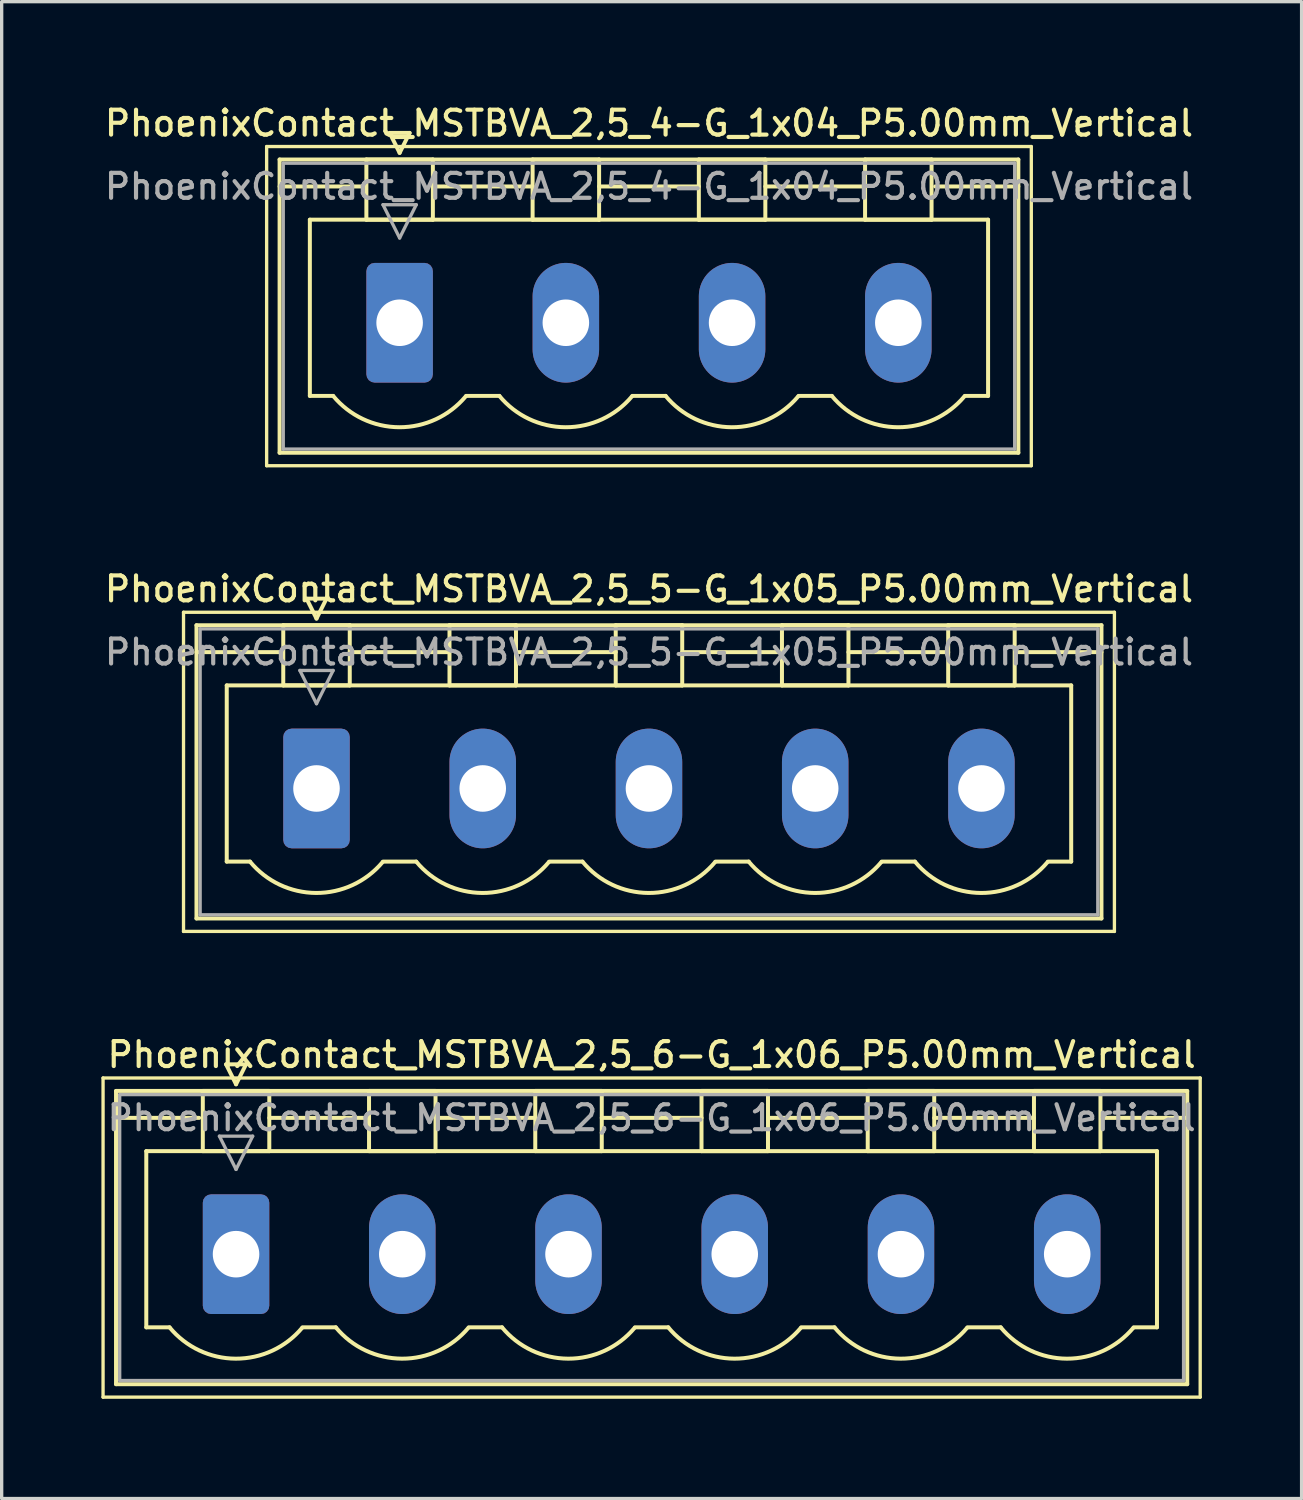
<source format=kicad_pcb>
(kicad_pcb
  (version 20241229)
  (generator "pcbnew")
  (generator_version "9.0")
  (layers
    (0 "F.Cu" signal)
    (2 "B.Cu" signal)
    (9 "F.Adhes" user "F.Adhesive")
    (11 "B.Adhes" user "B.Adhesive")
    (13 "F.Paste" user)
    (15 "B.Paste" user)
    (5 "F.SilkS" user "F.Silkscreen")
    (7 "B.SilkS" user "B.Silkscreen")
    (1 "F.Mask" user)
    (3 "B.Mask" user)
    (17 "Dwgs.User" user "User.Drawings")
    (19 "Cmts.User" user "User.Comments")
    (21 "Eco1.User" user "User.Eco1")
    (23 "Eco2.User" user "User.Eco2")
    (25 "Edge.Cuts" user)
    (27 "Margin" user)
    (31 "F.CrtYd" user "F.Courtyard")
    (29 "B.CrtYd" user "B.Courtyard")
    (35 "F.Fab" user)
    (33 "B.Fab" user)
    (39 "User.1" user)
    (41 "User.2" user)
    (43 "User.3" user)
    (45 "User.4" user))
  (footprint "PhoenixContact_MSTBVA_2,5_6-G_1x06_P5.00mm_Vertical"
    (layer "F.Cu")
    (at 4.05 34.674)
    (property "Reference" "PhoenixContact_MSTBVA_2,5_6-G_1x06_P5.00mm_Vertical" (at 12.5 -6 0) (layer "F.SilkS") (effects (font (size 0.75 0.75) (thickness 0.125))))
    (attr through_hole)
    (fp_line (start -4 -5.3) (end -4 4.3) (stroke (width 0.1) (type solid)) (layer "F.SilkS"))
    (fp_line (start -4 4.3) (end 29 4.3) (stroke (width 0.1) (type solid)) (layer "F.SilkS"))
    (fp_line (start -3.61 -4.91) (end -3.61 3.91) (stroke (width 0.12) (type solid)) (layer "F.SilkS"))
    (fp_line (start -3.61 -4.1) (end -1.11 -4.1) (stroke (width 0.12) (type solid)) (layer "F.SilkS"))
    (fp_line (start -3.61 3.91) (end 28.61 3.91) (stroke (width 0.12) (type solid)) (layer "F.SilkS"))
    (fp_line (start -2.7 -3.1) (end 27.7 -3.1) (stroke (width 0.12) (type solid)) (layer "F.SilkS"))
    (fp_line (start -2.7 2.2) (end -2.7 -3.1) (stroke (width 0.12) (type solid)) (layer "F.SilkS"))
    (fp_line (start -2 2.2) (end -2.7 2.2) (stroke (width 0.12) (type solid)) (layer "F.SilkS"))
    (fp_line (start -1 -4.91) (end 1 -4.91) (stroke (width 0.12) (type solid)) (layer "F.SilkS"))
    (fp_line (start -1 -3.1) (end -1 -4.91) (stroke (width 0.12) (type solid)) (layer "F.SilkS"))
    (fp_line (start -0.3 -5.71) (end 0.3 -5.71) (stroke (width 0.12) (type solid)) (layer "F.SilkS"))
    (fp_line (start 0 -5.11) (end -0.3 -5.71) (stroke (width 0.12) (type solid)) (layer "F.SilkS"))
    (fp_line (start 0.3 -5.71) (end 0 -5.11) (stroke (width 0.12) (type solid)) (layer "F.SilkS"))
    (fp_line (start 1 -4.91) (end 1 -3.1) (stroke (width 0.12) (type solid)) (layer "F.SilkS"))
    (fp_line (start 1 -4.1) (end 4 -4.1) (stroke (width 0.12) (type solid)) (layer "F.SilkS"))
    (fp_line (start 1 -3.1) (end -1 -3.1) (stroke (width 0.12) (type solid)) (layer "F.SilkS"))
    (fp_line (start 2 2.2) (end 3 2.2) (stroke (width 0.12) (type solid)) (layer "F.SilkS"))
    (fp_line (start 4 -4.91) (end 6 -4.91) (stroke (width 0.12) (type solid)) (layer "F.SilkS"))
    (fp_line (start 4 -3.1) (end 4 -4.91) (stroke (width 0.12) (type solid)) (layer "F.SilkS"))
    (fp_line (start 6 -4.91) (end 6 -3.1) (stroke (width 0.12) (type solid)) (layer "F.SilkS"))
    (fp_line (start 6 -4.1) (end 9 -4.1) (stroke (width 0.12) (type solid)) (layer "F.SilkS"))
    (fp_line (start 6 -3.1) (end 4 -3.1) (stroke (width 0.12) (type solid)) (layer "F.SilkS"))
    (fp_line (start 7 2.2) (end 8 2.2) (stroke (width 0.12) (type solid)) (layer "F.SilkS"))
    (fp_line (start 9 -4.91) (end 11 -4.91) (stroke (width 0.12) (type solid)) (layer "F.SilkS"))
    (fp_line (start 9 -3.1) (end 9 -4.91) (stroke (width 0.12) (type solid)) (layer "F.SilkS"))
    (fp_line (start 11 -4.91) (end 11 -3.1) (stroke (width 0.12) (type solid)) (layer "F.SilkS"))
    (fp_line (start 11 -4.1) (end 14 -4.1) (stroke (width 0.12) (type solid)) (layer "F.SilkS"))
    (fp_line (start 11 -3.1) (end 9 -3.1) (stroke (width 0.12) (type solid)) (layer "F.SilkS"))
    (fp_line (start 12 2.2) (end 13 2.2) (stroke (width 0.12) (type solid)) (layer "F.SilkS"))
    (fp_line (start 14 -4.91) (end 16 -4.91) (stroke (width 0.12) (type solid)) (layer "F.SilkS"))
    (fp_line (start 14 -3.1) (end 14 -4.91) (stroke (width 0.12) (type solid)) (layer "F.SilkS"))
    (fp_line (start 16 -4.91) (end 16 -3.1) (stroke (width 0.12) (type solid)) (layer "F.SilkS"))
    (fp_line (start 16 -4.1) (end 19 -4.1) (stroke (width 0.12) (type solid)) (layer "F.SilkS"))
    (fp_line (start 16 -3.1) (end 14 -3.1) (stroke (width 0.12) (type solid)) (layer "F.SilkS"))
    (fp_line (start 17 2.2) (end 18 2.2) (stroke (width 0.12) (type solid)) (layer "F.SilkS"))
    (fp_line (start 19 -4.91) (end 21 -4.91) (stroke (width 0.12) (type solid)) (layer "F.SilkS"))
    (fp_line (start 19 -3.1) (end 19 -4.91) (stroke (width 0.12) (type solid)) (layer "F.SilkS"))
    (fp_line (start 21 -4.91) (end 21 -3.1) (stroke (width 0.12) (type solid)) (layer "F.SilkS"))
    (fp_line (start 21 -4.1) (end 24 -4.1) (stroke (width 0.12) (type solid)) (layer "F.SilkS"))
    (fp_line (start 21 -3.1) (end 19 -3.1) (stroke (width 0.12) (type solid)) (layer "F.SilkS"))
    (fp_line (start 22 2.2) (end 23 2.2) (stroke (width 0.12) (type solid)) (layer "F.SilkS"))
    (fp_line (start 24 -4.91) (end 26 -4.91) (stroke (width 0.12) (type solid)) (layer "F.SilkS"))
    (fp_line (start 24 -3.1) (end 24 -4.91) (stroke (width 0.12) (type solid)) (layer "F.SilkS"))
    (fp_line (start 26 -4.91) (end 26 -3.1) (stroke (width 0.12) (type solid)) (layer "F.SilkS"))
    (fp_line (start 26 -3.1) (end 24 -3.1) (stroke (width 0.12) (type solid)) (layer "F.SilkS"))
    (fp_line (start 27.7 -3.1) (end 27.7 2.2) (stroke (width 0.12) (type solid)) (layer "F.SilkS"))
    (fp_line (start 27.7 2.2) (end 27 2.2) (stroke (width 0.12) (type solid)) (layer "F.SilkS"))
    (fp_line (start 28.61 -4.91) (end -3.61 -4.91) (stroke (width 0.12) (type solid)) (layer "F.SilkS"))
    (fp_line (start 28.61 -4.1) (end 26.11 -4.1) (stroke (width 0.12) (type solid)) (layer "F.SilkS"))
    (fp_line (start 28.61 3.91) (end 28.61 -4.91) (stroke (width 0.12) (type solid)) (layer "F.SilkS"))
    (fp_line (start 29 -5.3) (end -4 -5.3) (stroke (width 0.1) (type solid)) (layer "F.SilkS"))
    (fp_line (start 29 4.3) (end 29 -5.3) (stroke (width 0.1) (type solid)) (layer "F.SilkS"))
    (fp_arc (start 1.986842 2.215821) (mid -0.010289 3.142758) (end -2 2.2) (stroke (width 0.12) (type solid)) (layer "F.SilkS"))
    (fp_arc (start 6.986842 2.215821) (mid 4.989711 3.142758) (end 3 2.2) (stroke (width 0.12) (type solid)) (layer "F.SilkS"))
    (fp_arc (start 11.986842 2.215821) (mid 9.989711 3.142758) (end 8 2.2) (stroke (width 0.12) (type solid)) (layer "F.SilkS"))
    (fp_arc (start 16.986842 2.215821) (mid 14.989711 3.142758) (end 13 2.2) (stroke (width 0.12) (type solid)) (layer "F.SilkS"))
    (fp_arc (start 21.986842 2.215821) (mid 19.989711 3.142758) (end 18 2.2) (stroke (width 0.12) (type solid)) (layer "F.SilkS"))
    (fp_arc (start 26.986842 2.215821) (mid 24.989711 3.142758) (end 23 2.2) (stroke (width 0.12) (type solid)) (layer "F.SilkS"))
    (fp_line (start -3.5 -4.8) (end -3.5 3.8) (stroke (width 0.1) (type solid)) (layer "F.Fab"))
    (fp_line (start -3.5 3.8) (end 28.5 3.8) (stroke (width 0.1) (type solid)) (layer "F.Fab"))
    (fp_line (start -0.5 -3.55) (end 0.5 -3.55) (stroke (width 0.1) (type solid)) (layer "F.Fab"))
    (fp_line (start 0 -2.55) (end -0.5 -3.55) (stroke (width 0.1) (type solid)) (layer "F.Fab"))
    (fp_line (start 0.5 -3.55) (end 0 -2.55) (stroke (width 0.1) (type solid)) (layer "F.Fab"))
    (fp_line (start 28.5 -4.8) (end -3.5 -4.8) (stroke (width 0.1) (type solid)) (layer "F.Fab"))
    (fp_line (start 28.5 3.8) (end 28.5 -4.8) (stroke (width 0.1) (type solid)) (layer "F.Fab"))
    (fp_text user "${REFERENCE}" (at 12.5 -4.1 0) (layer "F.Fab") (effects (font (size 0.75 0.75) (thickness 0.125))))
    (pad "1" thru_hole roundrect (at 0 0) (size 2 3.6) (drill 1.4) (layers "*.Cu" "*.Mask") (roundrect_rratio 0.125))
    (pad "2" thru_hole oval (at 5 0) (size 2 3.6) (drill 1.4) (layers "*.Cu" "*.Mask"))
    (pad "3" thru_hole oval (at 10 0) (size 2 3.6) (drill 1.4) (layers "*.Cu" "*.Mask"))
    (pad "4" thru_hole oval (at 15 0) (size 2 3.6) (drill 1.4) (layers "*.Cu" "*.Mask"))
    (pad "5" thru_hole oval (at 20 0) (size 2 3.6) (drill 1.4) (layers "*.Cu" "*.Mask"))
    (pad "6" thru_hole oval (at 25 0) (size 2 3.6) (drill 1.4) (layers "*.Cu" "*.Mask")))
  (footprint "PhoenixContact_MSTBVA_2,5_5-G_1x05_P5.00mm_Vertical"
    (layer "F.Cu")
    (at 6.47 20.666)
    (property "Reference" "PhoenixContact_MSTBVA_2,5_5-G_1x05_P5.00mm_Vertical" (at 10 -6 0) (layer "F.SilkS") (effects (font (size 0.75 0.75) (thickness 0.125))))
    (attr through_hole)
    (fp_line (start -4 -5.3) (end -4 4.3) (stroke (width 0.1) (type solid)) (layer "F.SilkS"))
    (fp_line (start -4 4.3) (end 24 4.3) (stroke (width 0.1) (type solid)) (layer "F.SilkS"))
    (fp_line (start -3.61 -4.91) (end -3.61 3.91) (stroke (width 0.12) (type solid)) (layer "F.SilkS"))
    (fp_line (start -3.61 -4.1) (end -1.11 -4.1) (stroke (width 0.12) (type solid)) (layer "F.SilkS"))
    (fp_line (start -3.61 3.91) (end 23.61 3.91) (stroke (width 0.12) (type solid)) (layer "F.SilkS"))
    (fp_line (start -2.7 -3.1) (end 22.7 -3.1) (stroke (width 0.12) (type solid)) (layer "F.SilkS"))
    (fp_line (start -2.7 2.2) (end -2.7 -3.1) (stroke (width 0.12) (type solid)) (layer "F.SilkS"))
    (fp_line (start -2 2.2) (end -2.7 2.2) (stroke (width 0.12) (type solid)) (layer "F.SilkS"))
    (fp_line (start -1 -4.91) (end 1 -4.91) (stroke (width 0.12) (type solid)) (layer "F.SilkS"))
    (fp_line (start -1 -3.1) (end -1 -4.91) (stroke (width 0.12) (type solid)) (layer "F.SilkS"))
    (fp_line (start -0.3 -5.71) (end 0.3 -5.71) (stroke (width 0.12) (type solid)) (layer "F.SilkS"))
    (fp_line (start 0 -5.11) (end -0.3 -5.71) (stroke (width 0.12) (type solid)) (layer "F.SilkS"))
    (fp_line (start 0.3 -5.71) (end 0 -5.11) (stroke (width 0.12) (type solid)) (layer "F.SilkS"))
    (fp_line (start 1 -4.91) (end 1 -3.1) (stroke (width 0.12) (type solid)) (layer "F.SilkS"))
    (fp_line (start 1 -4.1) (end 4 -4.1) (stroke (width 0.12) (type solid)) (layer "F.SilkS"))
    (fp_line (start 1 -3.1) (end -1 -3.1) (stroke (width 0.12) (type solid)) (layer "F.SilkS"))
    (fp_line (start 2 2.2) (end 3 2.2) (stroke (width 0.12) (type solid)) (layer "F.SilkS"))
    (fp_line (start 4 -4.91) (end 6 -4.91) (stroke (width 0.12) (type solid)) (layer "F.SilkS"))
    (fp_line (start 4 -3.1) (end 4 -4.91) (stroke (width 0.12) (type solid)) (layer "F.SilkS"))
    (fp_line (start 6 -4.91) (end 6 -3.1) (stroke (width 0.12) (type solid)) (layer "F.SilkS"))
    (fp_line (start 6 -4.1) (end 9 -4.1) (stroke (width 0.12) (type solid)) (layer "F.SilkS"))
    (fp_line (start 6 -3.1) (end 4 -3.1) (stroke (width 0.12) (type solid)) (layer "F.SilkS"))
    (fp_line (start 7 2.2) (end 8 2.2) (stroke (width 0.12) (type solid)) (layer "F.SilkS"))
    (fp_line (start 9 -4.91) (end 11 -4.91) (stroke (width 0.12) (type solid)) (layer "F.SilkS"))
    (fp_line (start 9 -3.1) (end 9 -4.91) (stroke (width 0.12) (type solid)) (layer "F.SilkS"))
    (fp_line (start 11 -4.91) (end 11 -3.1) (stroke (width 0.12) (type solid)) (layer "F.SilkS"))
    (fp_line (start 11 -4.1) (end 14 -4.1) (stroke (width 0.12) (type solid)) (layer "F.SilkS"))
    (fp_line (start 11 -3.1) (end 9 -3.1) (stroke (width 0.12) (type solid)) (layer "F.SilkS"))
    (fp_line (start 12 2.2) (end 13 2.2) (stroke (width 0.12) (type solid)) (layer "F.SilkS"))
    (fp_line (start 14 -4.91) (end 16 -4.91) (stroke (width 0.12) (type solid)) (layer "F.SilkS"))
    (fp_line (start 14 -3.1) (end 14 -4.91) (stroke (width 0.12) (type solid)) (layer "F.SilkS"))
    (fp_line (start 16 -4.91) (end 16 -3.1) (stroke (width 0.12) (type solid)) (layer "F.SilkS"))
    (fp_line (start 16 -4.1) (end 19 -4.1) (stroke (width 0.12) (type solid)) (layer "F.SilkS"))
    (fp_line (start 16 -3.1) (end 14 -3.1) (stroke (width 0.12) (type solid)) (layer "F.SilkS"))
    (fp_line (start 17 2.2) (end 18 2.2) (stroke (width 0.12) (type solid)) (layer "F.SilkS"))
    (fp_line (start 19 -4.91) (end 21 -4.91) (stroke (width 0.12) (type solid)) (layer "F.SilkS"))
    (fp_line (start 19 -3.1) (end 19 -4.91) (stroke (width 0.12) (type solid)) (layer "F.SilkS"))
    (fp_line (start 21 -4.91) (end 21 -3.1) (stroke (width 0.12) (type solid)) (layer "F.SilkS"))
    (fp_line (start 21 -3.1) (end 19 -3.1) (stroke (width 0.12) (type solid)) (layer "F.SilkS"))
    (fp_line (start 22.7 -3.1) (end 22.7 2.2) (stroke (width 0.12) (type solid)) (layer "F.SilkS"))
    (fp_line (start 22.7 2.2) (end 22 2.2) (stroke (width 0.12) (type solid)) (layer "F.SilkS"))
    (fp_line (start 23.61 -4.91) (end -3.61 -4.91) (stroke (width 0.12) (type solid)) (layer "F.SilkS"))
    (fp_line (start 23.61 -4.1) (end 21.11 -4.1) (stroke (width 0.12) (type solid)) (layer "F.SilkS"))
    (fp_line (start 23.61 3.91) (end 23.61 -4.91) (stroke (width 0.12) (type solid)) (layer "F.SilkS"))
    (fp_line (start 24 -5.3) (end -4 -5.3) (stroke (width 0.1) (type solid)) (layer "F.SilkS"))
    (fp_line (start 24 4.3) (end 24 -5.3) (stroke (width 0.1) (type solid)) (layer "F.SilkS"))
    (fp_arc (start 1.986842 2.215821) (mid -0.010289 3.142758) (end -2 2.2) (stroke (width 0.12) (type solid)) (layer "F.SilkS"))
    (fp_arc (start 6.986842 2.215821) (mid 4.989711 3.142758) (end 3 2.2) (stroke (width 0.12) (type solid)) (layer "F.SilkS"))
    (fp_arc (start 11.986842 2.215821) (mid 9.989711 3.142758) (end 8 2.2) (stroke (width 0.12) (type solid)) (layer "F.SilkS"))
    (fp_arc (start 16.986842 2.215821) (mid 14.989711 3.142758) (end 13 2.2) (stroke (width 0.12) (type solid)) (layer "F.SilkS"))
    (fp_arc (start 21.986842 2.215821) (mid 19.989711 3.142758) (end 18 2.2) (stroke (width 0.12) (type solid)) (layer "F.SilkS"))
    (fp_line (start -3.5 -4.8) (end -3.5 3.8) (stroke (width 0.1) (type solid)) (layer "F.Fab"))
    (fp_line (start -3.5 3.8) (end 23.5 3.8) (stroke (width 0.1) (type solid)) (layer "F.Fab"))
    (fp_line (start -0.5 -3.55) (end 0.5 -3.55) (stroke (width 0.1) (type solid)) (layer "F.Fab"))
    (fp_line (start 0 -2.55) (end -0.5 -3.55) (stroke (width 0.1) (type solid)) (layer "F.Fab"))
    (fp_line (start 0.5 -3.55) (end 0 -2.55) (stroke (width 0.1) (type solid)) (layer "F.Fab"))
    (fp_line (start 23.5 -4.8) (end -3.5 -4.8) (stroke (width 0.1) (type solid)) (layer "F.Fab"))
    (fp_line (start 23.5 3.8) (end 23.5 -4.8) (stroke (width 0.1) (type solid)) (layer "F.Fab"))
    (fp_text user "${REFERENCE}" (at 10 -4.1 0) (layer "F.Fab") (effects (font (size 0.75 0.75) (thickness 0.125))))
    (pad "1" thru_hole roundrect (at 0 0) (size 2 3.6) (drill 1.4) (layers "*.Cu" "*.Mask") (roundrect_rratio 0.125))
    (pad "2" thru_hole oval (at 5 0) (size 2 3.6) (drill 1.4) (layers "*.Cu" "*.Mask"))
    (pad "3" thru_hole oval (at 10 0) (size 2 3.6) (drill 1.4) (layers "*.Cu" "*.Mask"))
    (pad "4" thru_hole oval (at 15 0) (size 2 3.6) (drill 1.4) (layers "*.Cu" "*.Mask"))
    (pad "5" thru_hole oval (at 20 0) (size 2 3.6) (drill 1.4) (layers "*.Cu" "*.Mask")))
  (footprint "PhoenixContact_MSTBVA_2,5_4-G_1x04_P5.00mm_Vertical"
    (layer "F.Cu")
    (at 8.97 6.658)
    (property "Reference" "PhoenixContact_MSTBVA_2,5_4-G_1x04_P5.00mm_Vertical" (at 7.5 -6 0) (layer "F.SilkS") (effects (font (size 0.75 0.75) (thickness 0.125))))
    (attr through_hole)
    (fp_line (start -4 -5.3) (end -4 4.3) (stroke (width 0.1) (type solid)) (layer "F.SilkS"))
    (fp_line (start -4 4.3) (end 19 4.3) (stroke (width 0.1) (type solid)) (layer "F.SilkS"))
    (fp_line (start -3.61 -4.91) (end -3.61 3.91) (stroke (width 0.12) (type solid)) (layer "F.SilkS"))
    (fp_line (start -3.61 -4.1) (end -1.11 -4.1) (stroke (width 0.12) (type solid)) (layer "F.SilkS"))
    (fp_line (start -3.61 3.91) (end 18.61 3.91) (stroke (width 0.12) (type solid)) (layer "F.SilkS"))
    (fp_line (start -2.7 -3.1) (end 17.7 -3.1) (stroke (width 0.12) (type solid)) (layer "F.SilkS"))
    (fp_line (start -2.7 2.2) (end -2.7 -3.1) (stroke (width 0.12) (type solid)) (layer "F.SilkS"))
    (fp_line (start -2 2.2) (end -2.7 2.2) (stroke (width 0.12) (type solid)) (layer "F.SilkS"))
    (fp_line (start -1 -4.91) (end 1 -4.91) (stroke (width 0.12) (type solid)) (layer "F.SilkS"))
    (fp_line (start -1 -3.1) (end -1 -4.91) (stroke (width 0.12) (type solid)) (layer "F.SilkS"))
    (fp_line (start -0.3 -5.71) (end 0.3 -5.71) (stroke (width 0.12) (type solid)) (layer "F.SilkS"))
    (fp_line (start 0 -5.11) (end -0.3 -5.71) (stroke (width 0.12) (type solid)) (layer "F.SilkS"))
    (fp_line (start 0.3 -5.71) (end 0 -5.11) (stroke (width 0.12) (type solid)) (layer "F.SilkS"))
    (fp_line (start 1 -4.91) (end 1 -3.1) (stroke (width 0.12) (type solid)) (layer "F.SilkS"))
    (fp_line (start 1 -4.1) (end 4 -4.1) (stroke (width 0.12) (type solid)) (layer "F.SilkS"))
    (fp_line (start 1 -3.1) (end -1 -3.1) (stroke (width 0.12) (type solid)) (layer "F.SilkS"))
    (fp_line (start 2 2.2) (end 3 2.2) (stroke (width 0.12) (type solid)) (layer "F.SilkS"))
    (fp_line (start 4 -4.91) (end 6 -4.91) (stroke (width 0.12) (type solid)) (layer "F.SilkS"))
    (fp_line (start 4 -3.1) (end 4 -4.91) (stroke (width 0.12) (type solid)) (layer "F.SilkS"))
    (fp_line (start 6 -4.91) (end 6 -3.1) (stroke (width 0.12) (type solid)) (layer "F.SilkS"))
    (fp_line (start 6 -4.1) (end 9 -4.1) (stroke (width 0.12) (type solid)) (layer "F.SilkS"))
    (fp_line (start 6 -3.1) (end 4 -3.1) (stroke (width 0.12) (type solid)) (layer "F.SilkS"))
    (fp_line (start 7 2.2) (end 8 2.2) (stroke (width 0.12) (type solid)) (layer "F.SilkS"))
    (fp_line (start 9 -4.91) (end 11 -4.91) (stroke (width 0.12) (type solid)) (layer "F.SilkS"))
    (fp_line (start 9 -3.1) (end 9 -4.91) (stroke (width 0.12) (type solid)) (layer "F.SilkS"))
    (fp_line (start 11 -4.91) (end 11 -3.1) (stroke (width 0.12) (type solid)) (layer "F.SilkS"))
    (fp_line (start 11 -4.1) (end 14 -4.1) (stroke (width 0.12) (type solid)) (layer "F.SilkS"))
    (fp_line (start 11 -3.1) (end 9 -3.1) (stroke (width 0.12) (type solid)) (layer "F.SilkS"))
    (fp_line (start 12 2.2) (end 13 2.2) (stroke (width 0.12) (type solid)) (layer "F.SilkS"))
    (fp_line (start 14 -4.91) (end 16 -4.91) (stroke (width 0.12) (type solid)) (layer "F.SilkS"))
    (fp_line (start 14 -3.1) (end 14 -4.91) (stroke (width 0.12) (type solid)) (layer "F.SilkS"))
    (fp_line (start 16 -4.91) (end 16 -3.1) (stroke (width 0.12) (type solid)) (layer "F.SilkS"))
    (fp_line (start 16 -3.1) (end 14 -3.1) (stroke (width 0.12) (type solid)) (layer "F.SilkS"))
    (fp_line (start 17.7 -3.1) (end 17.7 2.2) (stroke (width 0.12) (type solid)) (layer "F.SilkS"))
    (fp_line (start 17.7 2.2) (end 17 2.2) (stroke (width 0.12) (type solid)) (layer "F.SilkS"))
    (fp_line (start 18.61 -4.91) (end -3.61 -4.91) (stroke (width 0.12) (type solid)) (layer "F.SilkS"))
    (fp_line (start 18.61 -4.1) (end 16.11 -4.1) (stroke (width 0.12) (type solid)) (layer "F.SilkS"))
    (fp_line (start 18.61 3.91) (end 18.61 -4.91) (stroke (width 0.12) (type solid)) (layer "F.SilkS"))
    (fp_line (start 19 -5.3) (end -4 -5.3) (stroke (width 0.1) (type solid)) (layer "F.SilkS"))
    (fp_line (start 19 4.3) (end 19 -5.3) (stroke (width 0.1) (type solid)) (layer "F.SilkS"))
    (fp_arc (start 1.986842 2.215821) (mid -0.010289 3.142758) (end -2 2.2) (stroke (width 0.12) (type solid)) (layer "F.SilkS"))
    (fp_arc (start 6.986842 2.215821) (mid 4.989711 3.142758) (end 3 2.2) (stroke (width 0.12) (type solid)) (layer "F.SilkS"))
    (fp_arc (start 11.986842 2.215821) (mid 9.989711 3.142758) (end 8 2.2) (stroke (width 0.12) (type solid)) (layer "F.SilkS"))
    (fp_arc (start 16.986842 2.215821) (mid 14.989711 3.142758) (end 13 2.2) (stroke (width 0.12) (type solid)) (layer "F.SilkS"))
    (fp_line (start -3.5 -4.8) (end -3.5 3.8) (stroke (width 0.1) (type solid)) (layer "F.Fab"))
    (fp_line (start -3.5 3.8) (end 18.5 3.8) (stroke (width 0.1) (type solid)) (layer "F.Fab"))
    (fp_line (start -0.5 -3.55) (end 0.5 -3.55) (stroke (width 0.1) (type solid)) (layer "F.Fab"))
    (fp_line (start 0 -2.55) (end -0.5 -3.55) (stroke (width 0.1) (type solid)) (layer "F.Fab"))
    (fp_line (start 0.5 -3.55) (end 0 -2.55) (stroke (width 0.1) (type solid)) (layer "F.Fab"))
    (fp_line (start 18.5 -4.8) (end -3.5 -4.8) (stroke (width 0.1) (type solid)) (layer "F.Fab"))
    (fp_line (start 18.5 3.8) (end 18.5 -4.8) (stroke (width 0.1) (type solid)) (layer "F.Fab"))
    (fp_text user "${REFERENCE}" (at 7.5 -4.1 0) (layer "F.Fab") (effects (font (size 0.75 0.75) (thickness 0.125))))
    (pad "1" thru_hole roundrect (at 0 0) (size 2 3.6) (drill 1.4) (layers "*.Cu" "*.Mask") (roundrect_rratio 0.125))
    (pad "2" thru_hole oval (at 5 0) (size 2 3.6) (drill 1.4) (layers "*.Cu" "*.Mask"))
    (pad "3" thru_hole oval (at 10 0) (size 2 3.6) (drill 1.4) (layers "*.Cu" "*.Mask"))
    (pad "4" thru_hole oval (at 15 0) (size 2 3.6) (drill 1.4) (layers "*.Cu" "*.Mask")))
  (gr_rect
    (start -3 -3)
    (end 36.1 42.024)
    (stroke (width 0.1) (type default))
    (fill no)
    (layer "Edge.Cuts")))
</source>
